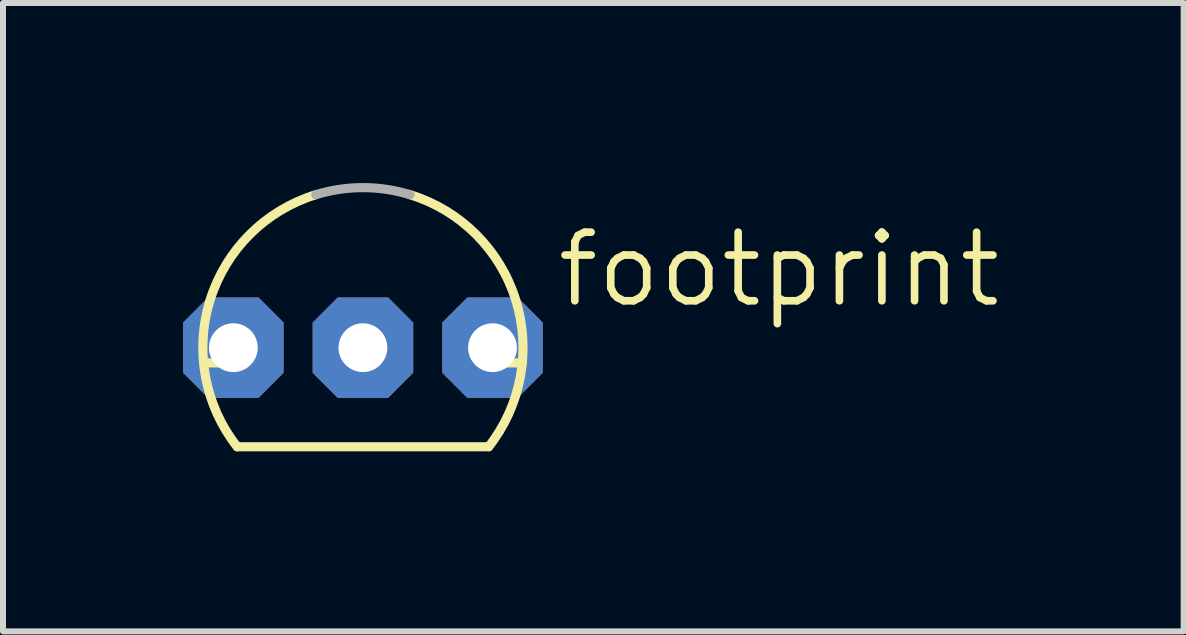
<source format=kicad_pcb>
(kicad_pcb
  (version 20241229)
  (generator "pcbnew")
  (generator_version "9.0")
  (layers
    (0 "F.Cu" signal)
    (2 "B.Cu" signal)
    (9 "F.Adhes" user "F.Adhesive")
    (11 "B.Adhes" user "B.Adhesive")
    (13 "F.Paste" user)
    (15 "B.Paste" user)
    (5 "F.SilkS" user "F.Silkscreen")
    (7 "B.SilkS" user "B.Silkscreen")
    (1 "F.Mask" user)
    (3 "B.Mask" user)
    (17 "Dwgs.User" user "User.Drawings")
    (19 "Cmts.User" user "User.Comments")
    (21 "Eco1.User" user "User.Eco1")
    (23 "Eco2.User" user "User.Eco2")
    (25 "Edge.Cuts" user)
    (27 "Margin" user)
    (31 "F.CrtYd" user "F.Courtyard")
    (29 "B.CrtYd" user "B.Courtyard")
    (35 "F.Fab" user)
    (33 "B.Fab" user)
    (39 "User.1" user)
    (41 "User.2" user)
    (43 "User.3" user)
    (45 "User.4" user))
  (footprint "footprint"
    (layer "F.Cu")
    (at 2.997 2.743)
    (property "Reference" "footprint" (at 3.175 -0.635 0) (layer "F.SilkS") (effects (font (size 1.143 1.143) (thickness 0.127)) (justify left bottom)))
    (fp_line (start -2.655 0.254) (end -2.254 0.254) (stroke (width 0.152) (type solid)) (layer "F.SilkS"))
    (fp_line (start -2.095 1.651) (end 2.095 1.651) (stroke (width 0.152) (type solid)) (layer "F.SilkS"))
    (fp_line (start 2.254 0.254) (end 2.655 0.254) (stroke (width 0.152) (type solid)) (layer "F.SilkS"))
    (fp_arc (start -2.0946 1.651) (mid -2.54634 -0.793276) (end -0.786301 -2.548501) (stroke (width 0.1524) (type solid)) (layer "F.SilkS"))
    (fp_arc (start 0.7868 -2.5484) (mid 2.54677 -0.793202) (end 2.095 1.650999) (stroke (width 0.1524) (type solid)) (layer "F.SilkS"))
    (fp_arc (start -0.7863 -2.5485) (mid 0 -2.667043) (end 0.7863 -2.5485) (stroke (width 0.1524) (type solid)) (layer "F.Fab"))
    (pad "1" thru_hole roundrect (at -2.159 0) (size 1.676 1.676) (drill 0.813) (layers "*.Cu" "*.Mask") (roundrect_rratio 0.25) (chamfer_ratio 0.25) (chamfer top_left top_right bottom_left bottom_right))
    (pad "2" thru_hole roundrect (at 0 0) (size 1.676 1.676) (drill 0.813) (layers "*.Cu" "*.Mask") (roundrect_rratio 0.25) (chamfer_ratio 0.25) (chamfer top_left top_right bottom_left bottom_right))
    (pad "3" thru_hole roundrect (at 2.159 0) (size 1.676 1.676) (drill 0.813) (layers "*.Cu" "*.Mask") (roundrect_rratio 0.25) (chamfer_ratio 0.25) (chamfer top_left top_right bottom_left bottom_right)))
  (gr_rect
    (start -3 -3)
    (end 16.672 7.47)
    (stroke (width 0.1) (type default))
    (fill no)
    (layer "Edge.Cuts")))
</source>
